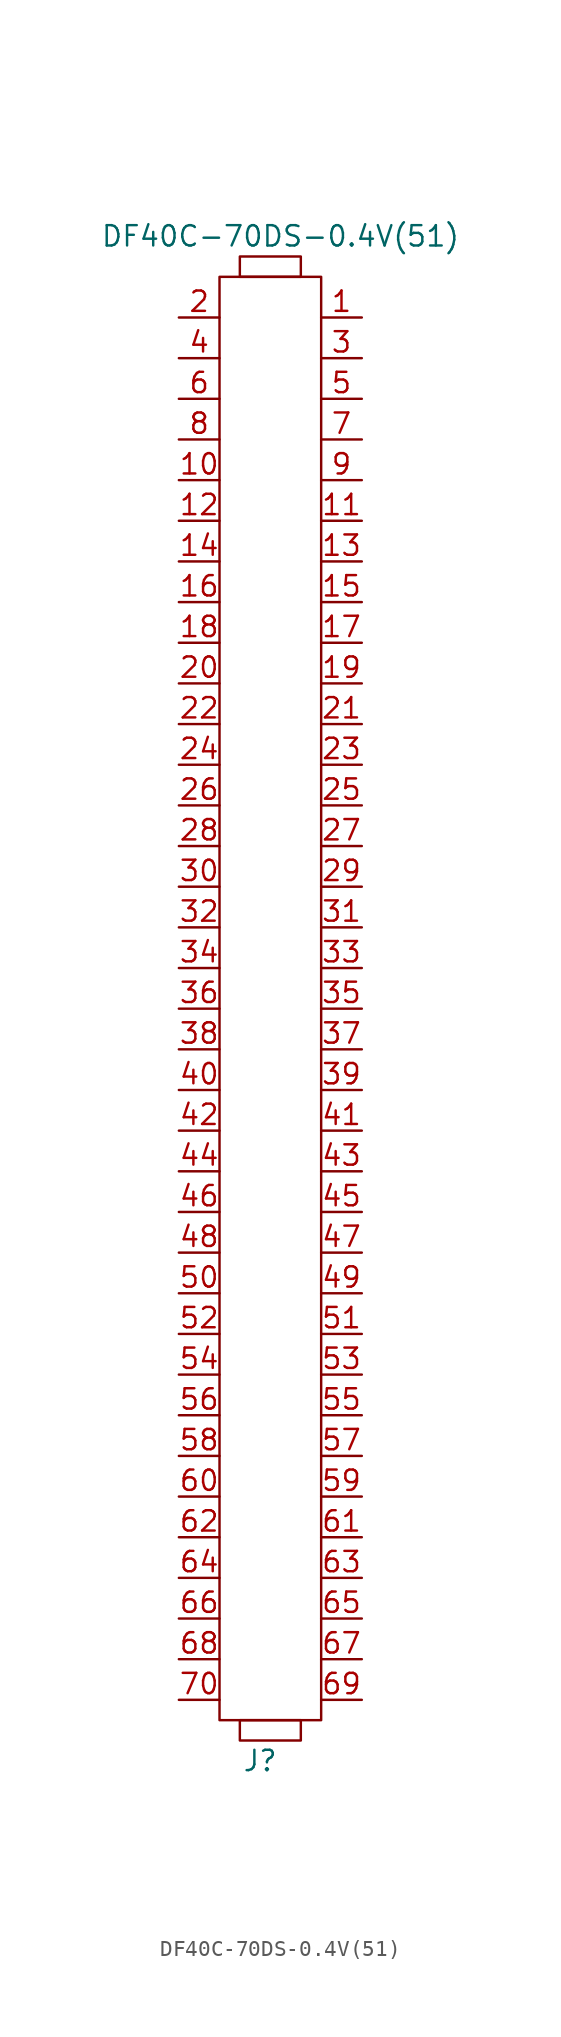
<source format=kicad_sym>
(kicad_symbol_lib
  (version 20211014)
  (generator kicad_symbol_editor)
  (symbol "DF40C-70DS-0.4V(51)"
    (pin_names
      (offset 1.016))
    (property "Reference" "J"
      (at -12.7 -83.82 0)
      (effects (font (size 1.27 1.27))))
    (property "Value" "DF40C-70DS-0.4V(51)"
      (at -11.43 11.43 0)
      (effects (font (size 1.27 1.27))))
    (symbol "DF40C-70DS-0.4V(51)_0_1"
      (rectangle (start -15.24 8.89) (end -8.89 -81.28) (stroke (width 0) (type default) (color 0 0 0 0)) (fill (type none)))
      (rectangle (start -13.97 -81.28) (end -10.16 -82.55) (stroke (width 0) (type default) (color 0 0 0 0)) (fill (type none)))
      (rectangle (start -13.97 8.89) (end -10.16 10.16) (stroke (width 0) (type default) (color 0 0 0 0)) (fill (type none))))
    (symbol "DF40C-70DS-0.4V(51)_1_1"
      (pin input line (at -6.35 6.35 180) (length 2.54) (name "~" (effects (font (size 1.27 1.27)))) (number "1" (effects (font (size 1.27 1.27)))))
      (pin input line (at -17.78 -3.81 0) (length 2.54) (name "~" (effects (font (size 1.27 1.27)))) (number "10" (effects (font (size 1.27 1.27)))))
      (pin input line (at -6.35 -6.35 180) (length 2.54) (name "~" (effects (font (size 1.27 1.27)))) (number "11" (effects (font (size 1.27 1.27)))))
      (pin input line (at -17.78 -6.35 0) (length 2.54) (name "~" (effects (font (size 1.27 1.27)))) (number "12" (effects (font (size 1.27 1.27)))))
      (pin input line (at -6.35 -8.89 180) (length 2.54) (name "~" (effects (font (size 1.27 1.27)))) (number "13" (effects (font (size 1.27 1.27)))))
      (pin input line (at -17.78 -8.89 0) (length 2.54) (name "~" (effects (font (size 1.27 1.27)))) (number "14" (effects (font (size 1.27 1.27)))))
      (pin input line (at -6.35 -11.43 180) (length 2.54) (name "~" (effects (font (size 1.27 1.27)))) (number "15" (effects (font (size 1.27 1.27)))))
      (pin input line (at -17.78 -11.43 0) (length 2.54) (name "~" (effects (font (size 1.27 1.27)))) (number "16" (effects (font (size 1.27 1.27)))))
      (pin input line (at -6.35 -13.97 180) (length 2.54) (name "~" (effects (font (size 1.27 1.27)))) (number "17" (effects (font (size 1.27 1.27)))))
      (pin input line (at -17.78 -13.97 0) (length 2.54) (name "~" (effects (font (size 1.27 1.27)))) (number "18" (effects (font (size 1.27 1.27)))))
      (pin input line (at -6.35 -16.51 180) (length 2.54) (name "~" (effects (font (size 1.27 1.27)))) (number "19" (effects (font (size 1.27 1.27)))))
      (pin input line (at -17.78 6.35 0) (length 2.54) (name "~" (effects (font (size 1.27 1.27)))) (number "2" (effects (font (size 1.27 1.27)))))
      (pin input line (at -17.78 -16.51 0) (length 2.54) (name "~" (effects (font (size 1.27 1.27)))) (number "20" (effects (font (size 1.27 1.27)))))
      (pin input line (at -6.35 -19.05 180) (length 2.54) (name "~" (effects (font (size 1.27 1.27)))) (number "21" (effects (font (size 1.27 1.27)))))
      (pin input line (at -17.78 -19.05 0) (length 2.54) (name "~" (effects (font (size 1.27 1.27)))) (number "22" (effects (font (size 1.27 1.27)))))
      (pin input line (at -6.35 -21.59 180) (length 2.54) (name "~" (effects (font (size 1.27 1.27)))) (number "23" (effects (font (size 1.27 1.27)))))
      (pin input line (at -17.78 -21.59 0) (length 2.54) (name "~" (effects (font (size 1.27 1.27)))) (number "24" (effects (font (size 1.27 1.27)))))
      (pin input line (at -6.35 -24.13 180) (length 2.54) (name "~" (effects (font (size 1.27 1.27)))) (number "25" (effects (font (size 1.27 1.27)))))
      (pin input line (at -17.78 -24.13 0) (length 2.54) (name "~" (effects (font (size 1.27 1.27)))) (number "26" (effects (font (size 1.27 1.27)))))
      (pin input line (at -6.35 -26.67 180) (length 2.54) (name "~" (effects (font (size 1.27 1.27)))) (number "27" (effects (font (size 1.27 1.27)))))
      (pin input line (at -17.78 -26.67 0) (length 2.54) (name "~" (effects (font (size 1.27 1.27)))) (number "28" (effects (font (size 1.27 1.27)))))
      (pin input line (at -6.35 -29.21 180) (length 2.54) (name "~" (effects (font (size 1.27 1.27)))) (number "29" (effects (font (size 1.27 1.27)))))
      (pin input line (at -6.35 3.81 180) (length 2.54) (name "~" (effects (font (size 1.27 1.27)))) (number "3" (effects (font (size 1.27 1.27)))))
      (pin input line (at -17.78 -29.21 0) (length 2.54) (name "~" (effects (font (size 1.27 1.27)))) (number "30" (effects (font (size 1.27 1.27)))))
      (pin input line (at -6.35 -31.75 180) (length 2.54) (name "~" (effects (font (size 1.27 1.27)))) (number "31" (effects (font (size 1.27 1.27)))))
      (pin input line (at -17.78 -31.75 0) (length 2.54) (name "~" (effects (font (size 1.27 1.27)))) (number "32" (effects (font (size 1.27 1.27)))))
      (pin input line (at -6.35 -34.29 180) (length 2.54) (name "~" (effects (font (size 1.27 1.27)))) (number "33" (effects (font (size 1.27 1.27)))))
      (pin input line (at -17.78 -34.29 0) (length 2.54) (name "~" (effects (font (size 1.27 1.27)))) (number "34" (effects (font (size 1.27 1.27)))))
      (pin input line (at -6.35 -36.83 180) (length 2.54) (name "~" (effects (font (size 1.27 1.27)))) (number "35" (effects (font (size 1.27 1.27)))))
      (pin input line (at -17.78 -36.83 0) (length 2.54) (name "~" (effects (font (size 1.27 1.27)))) (number "36" (effects (font (size 1.27 1.27)))))
      (pin input line (at -6.35 -39.37 180) (length 2.54) (name "~" (effects (font (size 1.27 1.27)))) (number "37" (effects (font (size 1.27 1.27)))))
      (pin input line (at -17.78 -39.37 0) (length 2.54) (name "~" (effects (font (size 1.27 1.27)))) (number "38" (effects (font (size 1.27 1.27)))))
      (pin input line (at -6.35 -41.91 180) (length 2.54) (name "~" (effects (font (size 1.27 1.27)))) (number "39" (effects (font (size 1.27 1.27)))))
      (pin input line (at -17.78 3.81 0) (length 2.54) (name "~" (effects (font (size 1.27 1.27)))) (number "4" (effects (font (size 1.27 1.27)))))
      (pin input line (at -17.78 -41.91 0) (length 2.54) (name "~" (effects (font (size 1.27 1.27)))) (number "40" (effects (font (size 1.27 1.27)))))
      (pin input line (at -6.35 -44.45 180) (length 2.54) (name "~" (effects (font (size 1.27 1.27)))) (number "41" (effects (font (size 1.27 1.27)))))
      (pin input line (at -17.78 -44.45 0) (length 2.54) (name "~" (effects (font (size 1.27 1.27)))) (number "42" (effects (font (size 1.27 1.27)))))
      (pin input line (at -6.35 -46.99 180) (length 2.54) (name "~" (effects (font (size 1.27 1.27)))) (number "43" (effects (font (size 1.27 1.27)))))
      (pin input line (at -17.78 -46.99 0) (length 2.54) (name "~" (effects (font (size 1.27 1.27)))) (number "44" (effects (font (size 1.27 1.27)))))
      (pin input line (at -6.35 -49.53 180) (length 2.54) (name "~" (effects (font (size 1.27 1.27)))) (number "45" (effects (font (size 1.27 1.27)))))
      (pin input line (at -17.78 -49.53 0) (length 2.54) (name "~" (effects (font (size 1.27 1.27)))) (number "46" (effects (font (size 1.27 1.27)))))
      (pin input line (at -6.35 -52.07 180) (length 2.54) (name "~" (effects (font (size 1.27 1.27)))) (number "47" (effects (font (size 1.27 1.27)))))
      (pin input line (at -17.78 -52.07 0) (length 2.54) (name "~" (effects (font (size 1.27 1.27)))) (number "48" (effects (font (size 1.27 1.27)))))
      (pin input line (at -6.35 -54.61 180) (length 2.54) (name "~" (effects (font (size 1.27 1.27)))) (number "49" (effects (font (size 1.27 1.27)))))
      (pin input line (at -6.35 1.27 180) (length 2.54) (name "~" (effects (font (size 1.27 1.27)))) (number "5" (effects (font (size 1.27 1.27)))))
      (pin input line (at -17.78 -54.61 0) (length 2.54) (name "~" (effects (font (size 1.27 1.27)))) (number "50" (effects (font (size 1.27 1.27)))))
      (pin input line (at -6.35 -57.15 180) (length 2.54) (name "~" (effects (font (size 1.27 1.27)))) (number "51" (effects (font (size 1.27 1.27)))))
      (pin input line (at -17.78 -57.15 0) (length 2.54) (name "~" (effects (font (size 1.27 1.27)))) (number "52" (effects (font (size 1.27 1.27)))))
      (pin input line (at -6.35 -59.69 180) (length 2.54) (name "~" (effects (font (size 1.27 1.27)))) (number "53" (effects (font (size 1.27 1.27)))))
      (pin input line (at -17.78 -59.69 0) (length 2.54) (name "~" (effects (font (size 1.27 1.27)))) (number "54" (effects (font (size 1.27 1.27)))))
      (pin input line (at -6.35 -62.23 180) (length 2.54) (name "~" (effects (font (size 1.27 1.27)))) (number "55" (effects (font (size 1.27 1.27)))))
      (pin input line (at -17.78 -62.23 0) (length 2.54) (name "~" (effects (font (size 1.27 1.27)))) (number "56" (effects (font (size 1.27 1.27)))))
      (pin input line (at -6.35 -64.77 180) (length 2.54) (name "~" (effects (font (size 1.27 1.27)))) (number "57" (effects (font (size 1.27 1.27)))))
      (pin input line (at -17.78 -64.77 0) (length 2.54) (name "~" (effects (font (size 1.27 1.27)))) (number "58" (effects (font (size 1.27 1.27)))))
      (pin input line (at -6.35 -67.31 180) (length 2.54) (name "~" (effects (font (size 1.27 1.27)))) (number "59" (effects (font (size 1.27 1.27)))))
      (pin input line (at -17.78 1.27 0) (length 2.54) (name "~" (effects (font (size 1.27 1.27)))) (number "6" (effects (font (size 1.27 1.27)))))
      (pin input line (at -17.78 -67.31 0) (length 2.54) (name "~" (effects (font (size 1.27 1.27)))) (number "60" (effects (font (size 1.27 1.27)))))
      (pin input line (at -6.35 -69.85 180) (length 2.54) (name "~" (effects (font (size 1.27 1.27)))) (number "61" (effects (font (size 1.27 1.27)))))
      (pin input line (at -17.78 -69.85 0) (length 2.54) (name "~" (effects (font (size 1.27 1.27)))) (number "62" (effects (font (size 1.27 1.27)))))
      (pin input line (at -6.35 -72.39 180) (length 2.54) (name "~" (effects (font (size 1.27 1.27)))) (number "63" (effects (font (size 1.27 1.27)))))
      (pin input line (at -17.78 -72.39 0) (length 2.54) (name "~" (effects (font (size 1.27 1.27)))) (number "64" (effects (font (size 1.27 1.27)))))
      (pin input line (at -6.35 -74.93 180) (length 2.54) (name "~" (effects (font (size 1.27 1.27)))) (number "65" (effects (font (size 1.27 1.27)))))
      (pin input line (at -17.78 -74.93 0) (length 2.54) (name "~" (effects (font (size 1.27 1.27)))) (number "66" (effects (font (size 1.27 1.27)))))
      (pin input line (at -6.35 -77.47 180) (length 2.54) (name "~" (effects (font (size 1.27 1.27)))) (number "67" (effects (font (size 1.27 1.27)))))
      (pin input line (at -17.78 -77.47 0) (length 2.54) (name "~" (effects (font (size 1.27 1.27)))) (number "68" (effects (font (size 1.27 1.27)))))
      (pin input line (at -6.35 -80.01 180) (length 2.54) (name "~" (effects (font (size 1.27 1.27)))) (number "69" (effects (font (size 1.27 1.27)))))
      (pin input line (at -6.35 -1.27 180) (length 2.54) (name "~" (effects (font (size 1.27 1.27)))) (number "7" (effects (font (size 1.27 1.27)))))
      (pin input line (at -17.78 -80.01 0) (length 2.54) (name "~" (effects (font (size 1.27 1.27)))) (number "70" (effects (font (size 1.27 1.27)))))
      (pin input line (at -17.78 -1.27 0) (length 2.54) (name "~" (effects (font (size 1.27 1.27)))) (number "8" (effects (font (size 1.27 1.27)))))
      (pin input line (at -6.35 -3.81 180) (length 2.54) (name "~" (effects (font (size 1.27 1.27)))) (number "9" (effects (font (size 1.27 1.27))))))))
</source>
